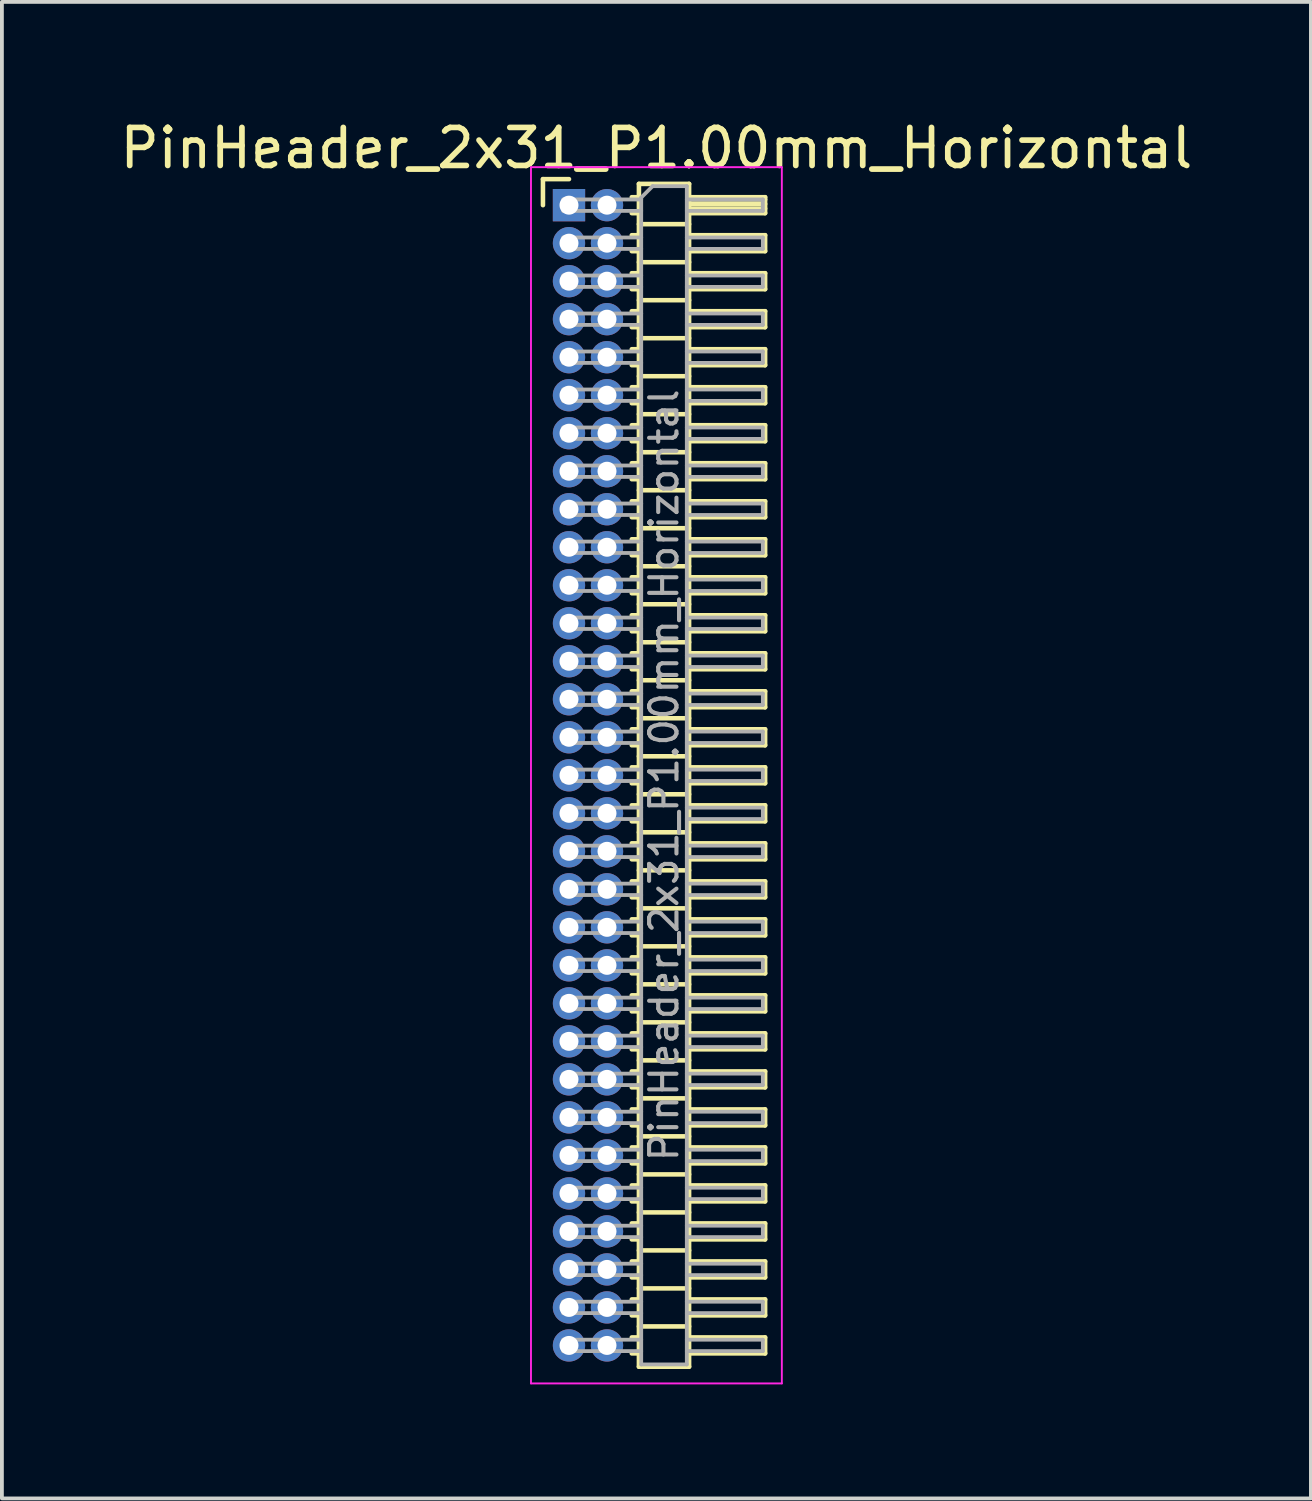
<source format=kicad_pcb>
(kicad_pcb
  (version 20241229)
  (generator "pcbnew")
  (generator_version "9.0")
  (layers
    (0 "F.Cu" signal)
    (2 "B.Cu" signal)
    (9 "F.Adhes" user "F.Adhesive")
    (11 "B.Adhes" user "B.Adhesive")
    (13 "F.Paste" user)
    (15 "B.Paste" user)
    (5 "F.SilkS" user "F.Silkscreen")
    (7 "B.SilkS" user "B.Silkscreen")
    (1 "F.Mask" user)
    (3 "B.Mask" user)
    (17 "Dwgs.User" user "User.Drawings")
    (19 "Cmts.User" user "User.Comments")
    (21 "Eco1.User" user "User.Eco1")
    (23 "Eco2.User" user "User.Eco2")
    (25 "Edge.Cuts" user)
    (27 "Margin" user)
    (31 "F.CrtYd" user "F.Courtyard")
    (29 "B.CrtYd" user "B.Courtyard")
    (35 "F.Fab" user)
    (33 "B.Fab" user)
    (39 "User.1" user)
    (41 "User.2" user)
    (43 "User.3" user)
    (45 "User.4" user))
  (footprint "PinHeader_2x31_P1.00mm_Horizontal"
    (layer "F.Cu")
    (at 11.92 2.348)
    (property "Reference" "PinHeader_2x31_P1.00mm_Horizontal" (at 2.3 -1.5 0) (layer "F.SilkS") (effects (font (size 1 1) (thickness 0.15))))
    (attr through_hole)
    (fp_line (start -0.685 -0.685) (end 0 -0.685) (stroke (width 0.12) (type solid)) (layer "F.SilkS"))
    (fp_line (start -0.685 0) (end -0.685 -0.685) (stroke (width 0.12) (type solid)) (layer "F.SilkS"))
    (fp_line (start 1.652 -0.21) (end 1.84 -0.21) (stroke (width 0.12) (type solid)) (layer "F.SilkS"))
    (fp_line (start 1.652 0.21) (end 1.84 0.21) (stroke (width 0.12) (type solid)) (layer "F.SilkS"))
    (fp_line (start 1.652 0.79) (end 1.84 0.79) (stroke (width 0.12) (type solid)) (layer "F.SilkS"))
    (fp_line (start 1.652 1.21) (end 1.84 1.21) (stroke (width 0.12) (type solid)) (layer "F.SilkS"))
    (fp_line (start 1.652 1.79) (end 1.84 1.79) (stroke (width 0.12) (type solid)) (layer "F.SilkS"))
    (fp_line (start 1.652 2.21) (end 1.84 2.21) (stroke (width 0.12) (type solid)) (layer "F.SilkS"))
    (fp_line (start 1.652 2.79) (end 1.84 2.79) (stroke (width 0.12) (type solid)) (layer "F.SilkS"))
    (fp_line (start 1.652 3.21) (end 1.84 3.21) (stroke (width 0.12) (type solid)) (layer "F.SilkS"))
    (fp_line (start 1.652 3.79) (end 1.84 3.79) (stroke (width 0.12) (type solid)) (layer "F.SilkS"))
    (fp_line (start 1.652 4.21) (end 1.84 4.21) (stroke (width 0.12) (type solid)) (layer "F.SilkS"))
    (fp_line (start 1.652 4.79) (end 1.84 4.79) (stroke (width 0.12) (type solid)) (layer "F.SilkS"))
    (fp_line (start 1.652 5.21) (end 1.84 5.21) (stroke (width 0.12) (type solid)) (layer "F.SilkS"))
    (fp_line (start 1.652 5.79) (end 1.84 5.79) (stroke (width 0.12) (type solid)) (layer "F.SilkS"))
    (fp_line (start 1.652 6.21) (end 1.84 6.21) (stroke (width 0.12) (type solid)) (layer "F.SilkS"))
    (fp_line (start 1.652 6.79) (end 1.84 6.79) (stroke (width 0.12) (type solid)) (layer "F.SilkS"))
    (fp_line (start 1.652 7.21) (end 1.84 7.21) (stroke (width 0.12) (type solid)) (layer "F.SilkS"))
    (fp_line (start 1.652 7.79) (end 1.84 7.79) (stroke (width 0.12) (type solid)) (layer "F.SilkS"))
    (fp_line (start 1.652 8.21) (end 1.84 8.21) (stroke (width 0.12) (type solid)) (layer "F.SilkS"))
    (fp_line (start 1.652 8.79) (end 1.84 8.79) (stroke (width 0.12) (type solid)) (layer "F.SilkS"))
    (fp_line (start 1.652 9.21) (end 1.84 9.21) (stroke (width 0.12) (type solid)) (layer "F.SilkS"))
    (fp_line (start 1.652 9.79) (end 1.84 9.79) (stroke (width 0.12) (type solid)) (layer "F.SilkS"))
    (fp_line (start 1.652 10.21) (end 1.84 10.21) (stroke (width 0.12) (type solid)) (layer "F.SilkS"))
    (fp_line (start 1.652 10.79) (end 1.84 10.79) (stroke (width 0.12) (type solid)) (layer "F.SilkS"))
    (fp_line (start 1.652 11.21) (end 1.84 11.21) (stroke (width 0.12) (type solid)) (layer "F.SilkS"))
    (fp_line (start 1.652 11.79) (end 1.84 11.79) (stroke (width 0.12) (type solid)) (layer "F.SilkS"))
    (fp_line (start 1.652 12.21) (end 1.84 12.21) (stroke (width 0.12) (type solid)) (layer "F.SilkS"))
    (fp_line (start 1.652 12.79) (end 1.84 12.79) (stroke (width 0.12) (type solid)) (layer "F.SilkS"))
    (fp_line (start 1.652 13.21) (end 1.84 13.21) (stroke (width 0.12) (type solid)) (layer "F.SilkS"))
    (fp_line (start 1.652 13.79) (end 1.84 13.79) (stroke (width 0.12) (type solid)) (layer "F.SilkS"))
    (fp_line (start 1.652 14.21) (end 1.84 14.21) (stroke (width 0.12) (type solid)) (layer "F.SilkS"))
    (fp_line (start 1.652 14.79) (end 1.84 14.79) (stroke (width 0.12) (type solid)) (layer "F.SilkS"))
    (fp_line (start 1.652 15.21) (end 1.84 15.21) (stroke (width 0.12) (type solid)) (layer "F.SilkS"))
    (fp_line (start 1.652 15.79) (end 1.84 15.79) (stroke (width 0.12) (type solid)) (layer "F.SilkS"))
    (fp_line (start 1.652 16.21) (end 1.84 16.21) (stroke (width 0.12) (type solid)) (layer "F.SilkS"))
    (fp_line (start 1.652 16.79) (end 1.84 16.79) (stroke (width 0.12) (type solid)) (layer "F.SilkS"))
    (fp_line (start 1.652 17.21) (end 1.84 17.21) (stroke (width 0.12) (type solid)) (layer "F.SilkS"))
    (fp_line (start 1.652 17.79) (end 1.84 17.79) (stroke (width 0.12) (type solid)) (layer "F.SilkS"))
    (fp_line (start 1.652 18.21) (end 1.84 18.21) (stroke (width 0.12) (type solid)) (layer "F.SilkS"))
    (fp_line (start 1.652 18.79) (end 1.84 18.79) (stroke (width 0.12) (type solid)) (layer "F.SilkS"))
    (fp_line (start 1.652 19.21) (end 1.84 19.21) (stroke (width 0.12) (type solid)) (layer "F.SilkS"))
    (fp_line (start 1.652 19.79) (end 1.84 19.79) (stroke (width 0.12) (type solid)) (layer "F.SilkS"))
    (fp_line (start 1.652 20.21) (end 1.84 20.21) (stroke (width 0.12) (type solid)) (layer "F.SilkS"))
    (fp_line (start 1.652 20.79) (end 1.84 20.79) (stroke (width 0.12) (type solid)) (layer "F.SilkS"))
    (fp_line (start 1.652 21.21) (end 1.84 21.21) (stroke (width 0.12) (type solid)) (layer "F.SilkS"))
    (fp_line (start 1.652 21.79) (end 1.84 21.79) (stroke (width 0.12) (type solid)) (layer "F.SilkS"))
    (fp_line (start 1.652 22.21) (end 1.84 22.21) (stroke (width 0.12) (type solid)) (layer "F.SilkS"))
    (fp_line (start 1.652 22.79) (end 1.84 22.79) (stroke (width 0.12) (type solid)) (layer "F.SilkS"))
    (fp_line (start 1.652 23.21) (end 1.84 23.21) (stroke (width 0.12) (type solid)) (layer "F.SilkS"))
    (fp_line (start 1.652 23.79) (end 1.84 23.79) (stroke (width 0.12) (type solid)) (layer "F.SilkS"))
    (fp_line (start 1.652 24.21) (end 1.84 24.21) (stroke (width 0.12) (type solid)) (layer "F.SilkS"))
    (fp_line (start 1.652 24.79) (end 1.84 24.79) (stroke (width 0.12) (type solid)) (layer "F.SilkS"))
    (fp_line (start 1.652 25.21) (end 1.84 25.21) (stroke (width 0.12) (type solid)) (layer "F.SilkS"))
    (fp_line (start 1.652 25.79) (end 1.84 25.79) (stroke (width 0.12) (type solid)) (layer "F.SilkS"))
    (fp_line (start 1.652 26.21) (end 1.84 26.21) (stroke (width 0.12) (type solid)) (layer "F.SilkS"))
    (fp_line (start 1.652 26.79) (end 1.84 26.79) (stroke (width 0.12) (type solid)) (layer "F.SilkS"))
    (fp_line (start 1.652 27.21) (end 1.84 27.21) (stroke (width 0.12) (type solid)) (layer "F.SilkS"))
    (fp_line (start 1.652 27.79) (end 1.84 27.79) (stroke (width 0.12) (type solid)) (layer "F.SilkS"))
    (fp_line (start 1.652 28.21) (end 1.84 28.21) (stroke (width 0.12) (type solid)) (layer "F.SilkS"))
    (fp_line (start 1.652 28.79) (end 1.84 28.79) (stroke (width 0.12) (type solid)) (layer "F.SilkS"))
    (fp_line (start 1.652 29.21) (end 1.84 29.21) (stroke (width 0.12) (type solid)) (layer "F.SilkS"))
    (fp_line (start 1.652 29.79) (end 1.84 29.79) (stroke (width 0.12) (type solid)) (layer "F.SilkS"))
    (fp_line (start 1.652 30.21) (end 1.84 30.21) (stroke (width 0.12) (type solid)) (layer "F.SilkS"))
    (fp_line (start 1.84 -0.56) (end 1.84 30.56) (stroke (width 0.12) (type solid)) (layer "F.SilkS"))
    (fp_line (start 1.84 0.5) (end 3.16 0.5) (stroke (width 0.12) (type solid)) (layer "F.SilkS"))
    (fp_line (start 1.84 1.5) (end 3.16 1.5) (stroke (width 0.12) (type solid)) (layer "F.SilkS"))
    (fp_line (start 1.84 2.5) (end 3.16 2.5) (stroke (width 0.12) (type solid)) (layer "F.SilkS"))
    (fp_line (start 1.84 3.5) (end 3.16 3.5) (stroke (width 0.12) (type solid)) (layer "F.SilkS"))
    (fp_line (start 1.84 4.5) (end 3.16 4.5) (stroke (width 0.12) (type solid)) (layer "F.SilkS"))
    (fp_line (start 1.84 5.5) (end 3.16 5.5) (stroke (width 0.12) (type solid)) (layer "F.SilkS"))
    (fp_line (start 1.84 6.5) (end 3.16 6.5) (stroke (width 0.12) (type solid)) (layer "F.SilkS"))
    (fp_line (start 1.84 7.5) (end 3.16 7.5) (stroke (width 0.12) (type solid)) (layer "F.SilkS"))
    (fp_line (start 1.84 8.5) (end 3.16 8.5) (stroke (width 0.12) (type solid)) (layer "F.SilkS"))
    (fp_line (start 1.84 9.5) (end 3.16 9.5) (stroke (width 0.12) (type solid)) (layer "F.SilkS"))
    (fp_line (start 1.84 10.5) (end 3.16 10.5) (stroke (width 0.12) (type solid)) (layer "F.SilkS"))
    (fp_line (start 1.84 11.5) (end 3.16 11.5) (stroke (width 0.12) (type solid)) (layer "F.SilkS"))
    (fp_line (start 1.84 12.5) (end 3.16 12.5) (stroke (width 0.12) (type solid)) (layer "F.SilkS"))
    (fp_line (start 1.84 13.5) (end 3.16 13.5) (stroke (width 0.12) (type solid)) (layer "F.SilkS"))
    (fp_line (start 1.84 14.5) (end 3.16 14.5) (stroke (width 0.12) (type solid)) (layer "F.SilkS"))
    (fp_line (start 1.84 15.5) (end 3.16 15.5) (stroke (width 0.12) (type solid)) (layer "F.SilkS"))
    (fp_line (start 1.84 16.5) (end 3.16 16.5) (stroke (width 0.12) (type solid)) (layer "F.SilkS"))
    (fp_line (start 1.84 17.5) (end 3.16 17.5) (stroke (width 0.12) (type solid)) (layer "F.SilkS"))
    (fp_line (start 1.84 18.5) (end 3.16 18.5) (stroke (width 0.12) (type solid)) (layer "F.SilkS"))
    (fp_line (start 1.84 19.5) (end 3.16 19.5) (stroke (width 0.12) (type solid)) (layer "F.SilkS"))
    (fp_line (start 1.84 20.5) (end 3.16 20.5) (stroke (width 0.12) (type solid)) (layer "F.SilkS"))
    (fp_line (start 1.84 21.5) (end 3.16 21.5) (stroke (width 0.12) (type solid)) (layer "F.SilkS"))
    (fp_line (start 1.84 22.5) (end 3.16 22.5) (stroke (width 0.12) (type solid)) (layer "F.SilkS"))
    (fp_line (start 1.84 23.5) (end 3.16 23.5) (stroke (width 0.12) (type solid)) (layer "F.SilkS"))
    (fp_line (start 1.84 24.5) (end 3.16 24.5) (stroke (width 0.12) (type solid)) (layer "F.SilkS"))
    (fp_line (start 1.84 25.5) (end 3.16 25.5) (stroke (width 0.12) (type solid)) (layer "F.SilkS"))
    (fp_line (start 1.84 26.5) (end 3.16 26.5) (stroke (width 0.12) (type solid)) (layer "F.SilkS"))
    (fp_line (start 1.84 27.5) (end 3.16 27.5) (stroke (width 0.12) (type solid)) (layer "F.SilkS"))
    (fp_line (start 1.84 28.5) (end 3.16 28.5) (stroke (width 0.12) (type solid)) (layer "F.SilkS"))
    (fp_line (start 1.84 29.5) (end 3.16 29.5) (stroke (width 0.12) (type solid)) (layer "F.SilkS"))
    (fp_line (start 1.84 30.56) (end 3.16 30.56) (stroke (width 0.12) (type solid)) (layer "F.SilkS"))
    (fp_line (start 3.16 -0.56) (end 1.84 -0.56) (stroke (width 0.12) (type solid)) (layer "F.SilkS"))
    (fp_line (start 3.16 -0.21) (end 5.16 -0.21) (stroke (width 0.12) (type solid)) (layer "F.SilkS"))
    (fp_line (start 3.16 -0.15) (end 5.16 -0.15) (stroke (width 0.12) (type solid)) (layer "F.SilkS"))
    (fp_line (start 3.16 -0.03) (end 5.16 -0.03) (stroke (width 0.12) (type solid)) (layer "F.SilkS"))
    (fp_line (start 3.16 0.09) (end 5.16 0.09) (stroke (width 0.12) (type solid)) (layer "F.SilkS"))
    (fp_line (start 3.16 0.79) (end 5.16 0.79) (stroke (width 0.12) (type solid)) (layer "F.SilkS"))
    (fp_line (start 3.16 1.79) (end 5.16 1.79) (stroke (width 0.12) (type solid)) (layer "F.SilkS"))
    (fp_line (start 3.16 2.79) (end 5.16 2.79) (stroke (width 0.12) (type solid)) (layer "F.SilkS"))
    (fp_line (start 3.16 3.79) (end 5.16 3.79) (stroke (width 0.12) (type solid)) (layer "F.SilkS"))
    (fp_line (start 3.16 4.79) (end 5.16 4.79) (stroke (width 0.12) (type solid)) (layer "F.SilkS"))
    (fp_line (start 3.16 5.79) (end 5.16 5.79) (stroke (width 0.12) (type solid)) (layer "F.SilkS"))
    (fp_line (start 3.16 6.79) (end 5.16 6.79) (stroke (width 0.12) (type solid)) (layer "F.SilkS"))
    (fp_line (start 3.16 7.79) (end 5.16 7.79) (stroke (width 0.12) (type solid)) (layer "F.SilkS"))
    (fp_line (start 3.16 8.79) (end 5.16 8.79) (stroke (width 0.12) (type solid)) (layer "F.SilkS"))
    (fp_line (start 3.16 9.79) (end 5.16 9.79) (stroke (width 0.12) (type solid)) (layer "F.SilkS"))
    (fp_line (start 3.16 10.79) (end 5.16 10.79) (stroke (width 0.12) (type solid)) (layer "F.SilkS"))
    (fp_line (start 3.16 11.79) (end 5.16 11.79) (stroke (width 0.12) (type solid)) (layer "F.SilkS"))
    (fp_line (start 3.16 12.79) (end 5.16 12.79) (stroke (width 0.12) (type solid)) (layer "F.SilkS"))
    (fp_line (start 3.16 13.79) (end 5.16 13.79) (stroke (width 0.12) (type solid)) (layer "F.SilkS"))
    (fp_line (start 3.16 14.79) (end 5.16 14.79) (stroke (width 0.12) (type solid)) (layer "F.SilkS"))
    (fp_line (start 3.16 15.79) (end 5.16 15.79) (stroke (width 0.12) (type solid)) (layer "F.SilkS"))
    (fp_line (start 3.16 16.79) (end 5.16 16.79) (stroke (width 0.12) (type solid)) (layer "F.SilkS"))
    (fp_line (start 3.16 17.79) (end 5.16 17.79) (stroke (width 0.12) (type solid)) (layer "F.SilkS"))
    (fp_line (start 3.16 18.79) (end 5.16 18.79) (stroke (width 0.12) (type solid)) (layer "F.SilkS"))
    (fp_line (start 3.16 19.79) (end 5.16 19.79) (stroke (width 0.12) (type solid)) (layer "F.SilkS"))
    (fp_line (start 3.16 20.79) (end 5.16 20.79) (stroke (width 0.12) (type solid)) (layer "F.SilkS"))
    (fp_line (start 3.16 21.79) (end 5.16 21.79) (stroke (width 0.12) (type solid)) (layer "F.SilkS"))
    (fp_line (start 3.16 22.79) (end 5.16 22.79) (stroke (width 0.12) (type solid)) (layer "F.SilkS"))
    (fp_line (start 3.16 23.79) (end 5.16 23.79) (stroke (width 0.12) (type solid)) (layer "F.SilkS"))
    (fp_line (start 3.16 24.79) (end 5.16 24.79) (stroke (width 0.12) (type solid)) (layer "F.SilkS"))
    (fp_line (start 3.16 25.79) (end 5.16 25.79) (stroke (width 0.12) (type solid)) (layer "F.SilkS"))
    (fp_line (start 3.16 26.79) (end 5.16 26.79) (stroke (width 0.12) (type solid)) (layer "F.SilkS"))
    (fp_line (start 3.16 27.79) (end 5.16 27.79) (stroke (width 0.12) (type solid)) (layer "F.SilkS"))
    (fp_line (start 3.16 28.79) (end 5.16 28.79) (stroke (width 0.12) (type solid)) (layer "F.SilkS"))
    (fp_line (start 3.16 29.79) (end 5.16 29.79) (stroke (width 0.12) (type solid)) (layer "F.SilkS"))
    (fp_line (start 3.16 30.56) (end 3.16 -0.56) (stroke (width 0.12) (type solid)) (layer "F.SilkS"))
    (fp_line (start 5.16 -0.21) (end 5.16 0.21) (stroke (width 0.12) (type solid)) (layer "F.SilkS"))
    (fp_line (start 5.16 0.21) (end 3.16 0.21) (stroke (width 0.12) (type solid)) (layer "F.SilkS"))
    (fp_line (start 5.16 0.79) (end 5.16 1.21) (stroke (width 0.12) (type solid)) (layer "F.SilkS"))
    (fp_line (start 5.16 1.21) (end 3.16 1.21) (stroke (width 0.12) (type solid)) (layer "F.SilkS"))
    (fp_line (start 5.16 1.79) (end 5.16 2.21) (stroke (width 0.12) (type solid)) (layer "F.SilkS"))
    (fp_line (start 5.16 2.21) (end 3.16 2.21) (stroke (width 0.12) (type solid)) (layer "F.SilkS"))
    (fp_line (start 5.16 2.79) (end 5.16 3.21) (stroke (width 0.12) (type solid)) (layer "F.SilkS"))
    (fp_line (start 5.16 3.21) (end 3.16 3.21) (stroke (width 0.12) (type solid)) (layer "F.SilkS"))
    (fp_line (start 5.16 3.79) (end 5.16 4.21) (stroke (width 0.12) (type solid)) (layer "F.SilkS"))
    (fp_line (start 5.16 4.21) (end 3.16 4.21) (stroke (width 0.12) (type solid)) (layer "F.SilkS"))
    (fp_line (start 5.16 4.79) (end 5.16 5.21) (stroke (width 0.12) (type solid)) (layer "F.SilkS"))
    (fp_line (start 5.16 5.21) (end 3.16 5.21) (stroke (width 0.12) (type solid)) (layer "F.SilkS"))
    (fp_line (start 5.16 5.79) (end 5.16 6.21) (stroke (width 0.12) (type solid)) (layer "F.SilkS"))
    (fp_line (start 5.16 6.21) (end 3.16 6.21) (stroke (width 0.12) (type solid)) (layer "F.SilkS"))
    (fp_line (start 5.16 6.79) (end 5.16 7.21) (stroke (width 0.12) (type solid)) (layer "F.SilkS"))
    (fp_line (start 5.16 7.21) (end 3.16 7.21) (stroke (width 0.12) (type solid)) (layer "F.SilkS"))
    (fp_line (start 5.16 7.79) (end 5.16 8.21) (stroke (width 0.12) (type solid)) (layer "F.SilkS"))
    (fp_line (start 5.16 8.21) (end 3.16 8.21) (stroke (width 0.12) (type solid)) (layer "F.SilkS"))
    (fp_line (start 5.16 8.79) (end 5.16 9.21) (stroke (width 0.12) (type solid)) (layer "F.SilkS"))
    (fp_line (start 5.16 9.21) (end 3.16 9.21) (stroke (width 0.12) (type solid)) (layer "F.SilkS"))
    (fp_line (start 5.16 9.79) (end 5.16 10.21) (stroke (width 0.12) (type solid)) (layer "F.SilkS"))
    (fp_line (start 5.16 10.21) (end 3.16 10.21) (stroke (width 0.12) (type solid)) (layer "F.SilkS"))
    (fp_line (start 5.16 10.79) (end 5.16 11.21) (stroke (width 0.12) (type solid)) (layer "F.SilkS"))
    (fp_line (start 5.16 11.21) (end 3.16 11.21) (stroke (width 0.12) (type solid)) (layer "F.SilkS"))
    (fp_line (start 5.16 11.79) (end 5.16 12.21) (stroke (width 0.12) (type solid)) (layer "F.SilkS"))
    (fp_line (start 5.16 12.21) (end 3.16 12.21) (stroke (width 0.12) (type solid)) (layer "F.SilkS"))
    (fp_line (start 5.16 12.79) (end 5.16 13.21) (stroke (width 0.12) (type solid)) (layer "F.SilkS"))
    (fp_line (start 5.16 13.21) (end 3.16 13.21) (stroke (width 0.12) (type solid)) (layer "F.SilkS"))
    (fp_line (start 5.16 13.79) (end 5.16 14.21) (stroke (width 0.12) (type solid)) (layer "F.SilkS"))
    (fp_line (start 5.16 14.21) (end 3.16 14.21) (stroke (width 0.12) (type solid)) (layer "F.SilkS"))
    (fp_line (start 5.16 14.79) (end 5.16 15.21) (stroke (width 0.12) (type solid)) (layer "F.SilkS"))
    (fp_line (start 5.16 15.21) (end 3.16 15.21) (stroke (width 0.12) (type solid)) (layer "F.SilkS"))
    (fp_line (start 5.16 15.79) (end 5.16 16.21) (stroke (width 0.12) (type solid)) (layer "F.SilkS"))
    (fp_line (start 5.16 16.21) (end 3.16 16.21) (stroke (width 0.12) (type solid)) (layer "F.SilkS"))
    (fp_line (start 5.16 16.79) (end 5.16 17.21) (stroke (width 0.12) (type solid)) (layer "F.SilkS"))
    (fp_line (start 5.16 17.21) (end 3.16 17.21) (stroke (width 0.12) (type solid)) (layer "F.SilkS"))
    (fp_line (start 5.16 17.79) (end 5.16 18.21) (stroke (width 0.12) (type solid)) (layer "F.SilkS"))
    (fp_line (start 5.16 18.21) (end 3.16 18.21) (stroke (width 0.12) (type solid)) (layer "F.SilkS"))
    (fp_line (start 5.16 18.79) (end 5.16 19.21) (stroke (width 0.12) (type solid)) (layer "F.SilkS"))
    (fp_line (start 5.16 19.21) (end 3.16 19.21) (stroke (width 0.12) (type solid)) (layer "F.SilkS"))
    (fp_line (start 5.16 19.79) (end 5.16 20.21) (stroke (width 0.12) (type solid)) (layer "F.SilkS"))
    (fp_line (start 5.16 20.21) (end 3.16 20.21) (stroke (width 0.12) (type solid)) (layer "F.SilkS"))
    (fp_line (start 5.16 20.79) (end 5.16 21.21) (stroke (width 0.12) (type solid)) (layer "F.SilkS"))
    (fp_line (start 5.16 21.21) (end 3.16 21.21) (stroke (width 0.12) (type solid)) (layer "F.SilkS"))
    (fp_line (start 5.16 21.79) (end 5.16 22.21) (stroke (width 0.12) (type solid)) (layer "F.SilkS"))
    (fp_line (start 5.16 22.21) (end 3.16 22.21) (stroke (width 0.12) (type solid)) (layer "F.SilkS"))
    (fp_line (start 5.16 22.79) (end 5.16 23.21) (stroke (width 0.12) (type solid)) (layer "F.SilkS"))
    (fp_line (start 5.16 23.21) (end 3.16 23.21) (stroke (width 0.12) (type solid)) (layer "F.SilkS"))
    (fp_line (start 5.16 23.79) (end 5.16 24.21) (stroke (width 0.12) (type solid)) (layer "F.SilkS"))
    (fp_line (start 5.16 24.21) (end 3.16 24.21) (stroke (width 0.12) (type solid)) (layer "F.SilkS"))
    (fp_line (start 5.16 24.79) (end 5.16 25.21) (stroke (width 0.12) (type solid)) (layer "F.SilkS"))
    (fp_line (start 5.16 25.21) (end 3.16 25.21) (stroke (width 0.12) (type solid)) (layer "F.SilkS"))
    (fp_line (start 5.16 25.79) (end 5.16 26.21) (stroke (width 0.12) (type solid)) (layer "F.SilkS"))
    (fp_line (start 5.16 26.21) (end 3.16 26.21) (stroke (width 0.12) (type solid)) (layer "F.SilkS"))
    (fp_line (start 5.16 26.79) (end 5.16 27.21) (stroke (width 0.12) (type solid)) (layer "F.SilkS"))
    (fp_line (start 5.16 27.21) (end 3.16 27.21) (stroke (width 0.12) (type solid)) (layer "F.SilkS"))
    (fp_line (start 5.16 27.79) (end 5.16 28.21) (stroke (width 0.12) (type solid)) (layer "F.SilkS"))
    (fp_line (start 5.16 28.21) (end 3.16 28.21) (stroke (width 0.12) (type solid)) (layer "F.SilkS"))
    (fp_line (start 5.16 28.79) (end 5.16 29.21) (stroke (width 0.12) (type solid)) (layer "F.SilkS"))
    (fp_line (start 5.16 29.21) (end 3.16 29.21) (stroke (width 0.12) (type solid)) (layer "F.SilkS"))
    (fp_line (start 5.16 29.79) (end 5.16 30.21) (stroke (width 0.12) (type solid)) (layer "F.SilkS"))
    (fp_line (start 5.16 30.21) (end 3.16 30.21) (stroke (width 0.12) (type solid)) (layer "F.SilkS"))
    (fp_line (start -1 -1) (end -1 31) (stroke (width 0.05) (type solid)) (layer "F.CrtYd"))
    (fp_line (start -1 31) (end 5.6 31) (stroke (width 0.05) (type solid)) (layer "F.CrtYd"))
    (fp_line (start 5.6 -1) (end -1 -1) (stroke (width 0.05) (type solid)) (layer "F.CrtYd"))
    (fp_line (start 5.6 31) (end 5.6 -1) (stroke (width 0.05) (type solid)) (layer "F.CrtYd"))
    (fp_line (start -0.15 -0.15) (end -0.15 0.15) (stroke (width 0.1) (type solid)) (layer "F.Fab"))
    (fp_line (start -0.15 -0.15) (end 1.9 -0.15) (stroke (width 0.1) (type solid)) (layer "F.Fab"))
    (fp_line (start -0.15 0.15) (end 1.9 0.15) (stroke (width 0.1) (type solid)) (layer "F.Fab"))
    (fp_line (start -0.15 0.85) (end -0.15 1.15) (stroke (width 0.1) (type solid)) (layer "F.Fab"))
    (fp_line (start -0.15 0.85) (end 1.9 0.85) (stroke (width 0.1) (type solid)) (layer "F.Fab"))
    (fp_line (start -0.15 1.15) (end 1.9 1.15) (stroke (width 0.1) (type solid)) (layer "F.Fab"))
    (fp_line (start -0.15 1.85) (end -0.15 2.15) (stroke (width 0.1) (type solid)) (layer "F.Fab"))
    (fp_line (start -0.15 1.85) (end 1.9 1.85) (stroke (width 0.1) (type solid)) (layer "F.Fab"))
    (fp_line (start -0.15 2.15) (end 1.9 2.15) (stroke (width 0.1) (type solid)) (layer "F.Fab"))
    (fp_line (start -0.15 2.85) (end -0.15 3.15) (stroke (width 0.1) (type solid)) (layer "F.Fab"))
    (fp_line (start -0.15 2.85) (end 1.9 2.85) (stroke (width 0.1) (type solid)) (layer "F.Fab"))
    (fp_line (start -0.15 3.15) (end 1.9 3.15) (stroke (width 0.1) (type solid)) (layer "F.Fab"))
    (fp_line (start -0.15 3.85) (end -0.15 4.15) (stroke (width 0.1) (type solid)) (layer "F.Fab"))
    (fp_line (start -0.15 3.85) (end 1.9 3.85) (stroke (width 0.1) (type solid)) (layer "F.Fab"))
    (fp_line (start -0.15 4.15) (end 1.9 4.15) (stroke (width 0.1) (type solid)) (layer "F.Fab"))
    (fp_line (start -0.15 4.85) (end -0.15 5.15) (stroke (width 0.1) (type solid)) (layer "F.Fab"))
    (fp_line (start -0.15 4.85) (end 1.9 4.85) (stroke (width 0.1) (type solid)) (layer "F.Fab"))
    (fp_line (start -0.15 5.15) (end 1.9 5.15) (stroke (width 0.1) (type solid)) (layer "F.Fab"))
    (fp_line (start -0.15 5.85) (end -0.15 6.15) (stroke (width 0.1) (type solid)) (layer "F.Fab"))
    (fp_line (start -0.15 5.85) (end 1.9 5.85) (stroke (width 0.1) (type solid)) (layer "F.Fab"))
    (fp_line (start -0.15 6.15) (end 1.9 6.15) (stroke (width 0.1) (type solid)) (layer "F.Fab"))
    (fp_line (start -0.15 6.85) (end -0.15 7.15) (stroke (width 0.1) (type solid)) (layer "F.Fab"))
    (fp_line (start -0.15 6.85) (end 1.9 6.85) (stroke (width 0.1) (type solid)) (layer "F.Fab"))
    (fp_line (start -0.15 7.15) (end 1.9 7.15) (stroke (width 0.1) (type solid)) (layer "F.Fab"))
    (fp_line (start -0.15 7.85) (end -0.15 8.15) (stroke (width 0.1) (type solid)) (layer "F.Fab"))
    (fp_line (start -0.15 7.85) (end 1.9 7.85) (stroke (width 0.1) (type solid)) (layer "F.Fab"))
    (fp_line (start -0.15 8.15) (end 1.9 8.15) (stroke (width 0.1) (type solid)) (layer "F.Fab"))
    (fp_line (start -0.15 8.85) (end -0.15 9.15) (stroke (width 0.1) (type solid)) (layer "F.Fab"))
    (fp_line (start -0.15 8.85) (end 1.9 8.85) (stroke (width 0.1) (type solid)) (layer "F.Fab"))
    (fp_line (start -0.15 9.15) (end 1.9 9.15) (stroke (width 0.1) (type solid)) (layer "F.Fab"))
    (fp_line (start -0.15 9.85) (end -0.15 10.15) (stroke (width 0.1) (type solid)) (layer "F.Fab"))
    (fp_line (start -0.15 9.85) (end 1.9 9.85) (stroke (width 0.1) (type solid)) (layer "F.Fab"))
    (fp_line (start -0.15 10.15) (end 1.9 10.15) (stroke (width 0.1) (type solid)) (layer "F.Fab"))
    (fp_line (start -0.15 10.85) (end -0.15 11.15) (stroke (width 0.1) (type solid)) (layer "F.Fab"))
    (fp_line (start -0.15 10.85) (end 1.9 10.85) (stroke (width 0.1) (type solid)) (layer "F.Fab"))
    (fp_line (start -0.15 11.15) (end 1.9 11.15) (stroke (width 0.1) (type solid)) (layer "F.Fab"))
    (fp_line (start -0.15 11.85) (end -0.15 12.15) (stroke (width 0.1) (type solid)) (layer "F.Fab"))
    (fp_line (start -0.15 11.85) (end 1.9 11.85) (stroke (width 0.1) (type solid)) (layer "F.Fab"))
    (fp_line (start -0.15 12.15) (end 1.9 12.15) (stroke (width 0.1) (type solid)) (layer "F.Fab"))
    (fp_line (start -0.15 12.85) (end -0.15 13.15) (stroke (width 0.1) (type solid)) (layer "F.Fab"))
    (fp_line (start -0.15 12.85) (end 1.9 12.85) (stroke (width 0.1) (type solid)) (layer "F.Fab"))
    (fp_line (start -0.15 13.15) (end 1.9 13.15) (stroke (width 0.1) (type solid)) (layer "F.Fab"))
    (fp_line (start -0.15 13.85) (end -0.15 14.15) (stroke (width 0.1) (type solid)) (layer "F.Fab"))
    (fp_line (start -0.15 13.85) (end 1.9 13.85) (stroke (width 0.1) (type solid)) (layer "F.Fab"))
    (fp_line (start -0.15 14.15) (end 1.9 14.15) (stroke (width 0.1) (type solid)) (layer "F.Fab"))
    (fp_line (start -0.15 14.85) (end -0.15 15.15) (stroke (width 0.1) (type solid)) (layer "F.Fab"))
    (fp_line (start -0.15 14.85) (end 1.9 14.85) (stroke (width 0.1) (type solid)) (layer "F.Fab"))
    (fp_line (start -0.15 15.15) (end 1.9 15.15) (stroke (width 0.1) (type solid)) (layer "F.Fab"))
    (fp_line (start -0.15 15.85) (end -0.15 16.15) (stroke (width 0.1) (type solid)) (layer "F.Fab"))
    (fp_line (start -0.15 15.85) (end 1.9 15.85) (stroke (width 0.1) (type solid)) (layer "F.Fab"))
    (fp_line (start -0.15 16.15) (end 1.9 16.15) (stroke (width 0.1) (type solid)) (layer "F.Fab"))
    (fp_line (start -0.15 16.85) (end -0.15 17.15) (stroke (width 0.1) (type solid)) (layer "F.Fab"))
    (fp_line (start -0.15 16.85) (end 1.9 16.85) (stroke (width 0.1) (type solid)) (layer "F.Fab"))
    (fp_line (start -0.15 17.15) (end 1.9 17.15) (stroke (width 0.1) (type solid)) (layer "F.Fab"))
    (fp_line (start -0.15 17.85) (end -0.15 18.15) (stroke (width 0.1) (type solid)) (layer "F.Fab"))
    (fp_line (start -0.15 17.85) (end 1.9 17.85) (stroke (width 0.1) (type solid)) (layer "F.Fab"))
    (fp_line (start -0.15 18.15) (end 1.9 18.15) (stroke (width 0.1) (type solid)) (layer "F.Fab"))
    (fp_line (start -0.15 18.85) (end -0.15 19.15) (stroke (width 0.1) (type solid)) (layer "F.Fab"))
    (fp_line (start -0.15 18.85) (end 1.9 18.85) (stroke (width 0.1) (type solid)) (layer "F.Fab"))
    (fp_line (start -0.15 19.15) (end 1.9 19.15) (stroke (width 0.1) (type solid)) (layer "F.Fab"))
    (fp_line (start -0.15 19.85) (end -0.15 20.15) (stroke (width 0.1) (type solid)) (layer "F.Fab"))
    (fp_line (start -0.15 19.85) (end 1.9 19.85) (stroke (width 0.1) (type solid)) (layer "F.Fab"))
    (fp_line (start -0.15 20.15) (end 1.9 20.15) (stroke (width 0.1) (type solid)) (layer "F.Fab"))
    (fp_line (start -0.15 20.85) (end -0.15 21.15) (stroke (width 0.1) (type solid)) (layer "F.Fab"))
    (fp_line (start -0.15 20.85) (end 1.9 20.85) (stroke (width 0.1) (type solid)) (layer "F.Fab"))
    (fp_line (start -0.15 21.15) (end 1.9 21.15) (stroke (width 0.1) (type solid)) (layer "F.Fab"))
    (fp_line (start -0.15 21.85) (end -0.15 22.15) (stroke (width 0.1) (type solid)) (layer "F.Fab"))
    (fp_line (start -0.15 21.85) (end 1.9 21.85) (stroke (width 0.1) (type solid)) (layer "F.Fab"))
    (fp_line (start -0.15 22.15) (end 1.9 22.15) (stroke (width 0.1) (type solid)) (layer "F.Fab"))
    (fp_line (start -0.15 22.85) (end -0.15 23.15) (stroke (width 0.1) (type solid)) (layer "F.Fab"))
    (fp_line (start -0.15 22.85) (end 1.9 22.85) (stroke (width 0.1) (type solid)) (layer "F.Fab"))
    (fp_line (start -0.15 23.15) (end 1.9 23.15) (stroke (width 0.1) (type solid)) (layer "F.Fab"))
    (fp_line (start -0.15 23.85) (end -0.15 24.15) (stroke (width 0.1) (type solid)) (layer "F.Fab"))
    (fp_line (start -0.15 23.85) (end 1.9 23.85) (stroke (width 0.1) (type solid)) (layer "F.Fab"))
    (fp_line (start -0.15 24.15) (end 1.9 24.15) (stroke (width 0.1) (type solid)) (layer "F.Fab"))
    (fp_line (start -0.15 24.85) (end -0.15 25.15) (stroke (width 0.1) (type solid)) (layer "F.Fab"))
    (fp_line (start -0.15 24.85) (end 1.9 24.85) (stroke (width 0.1) (type solid)) (layer "F.Fab"))
    (fp_line (start -0.15 25.15) (end 1.9 25.15) (stroke (width 0.1) (type solid)) (layer "F.Fab"))
    (fp_line (start -0.15 25.85) (end -0.15 26.15) (stroke (width 0.1) (type solid)) (layer "F.Fab"))
    (fp_line (start -0.15 25.85) (end 1.9 25.85) (stroke (width 0.1) (type solid)) (layer "F.Fab"))
    (fp_line (start -0.15 26.15) (end 1.9 26.15) (stroke (width 0.1) (type solid)) (layer "F.Fab"))
    (fp_line (start -0.15 26.85) (end -0.15 27.15) (stroke (width 0.1) (type solid)) (layer "F.Fab"))
    (fp_line (start -0.15 26.85) (end 1.9 26.85) (stroke (width 0.1) (type solid)) (layer "F.Fab"))
    (fp_line (start -0.15 27.15) (end 1.9 27.15) (stroke (width 0.1) (type solid)) (layer "F.Fab"))
    (fp_line (start -0.15 27.85) (end -0.15 28.15) (stroke (width 0.1) (type solid)) (layer "F.Fab"))
    (fp_line (start -0.15 27.85) (end 1.9 27.85) (stroke (width 0.1) (type solid)) (layer "F.Fab"))
    (fp_line (start -0.15 28.15) (end 1.9 28.15) (stroke (width 0.1) (type solid)) (layer "F.Fab"))
    (fp_line (start -0.15 28.85) (end -0.15 29.15) (stroke (width 0.1) (type solid)) (layer "F.Fab"))
    (fp_line (start -0.15 28.85) (end 1.9 28.85) (stroke (width 0.1) (type solid)) (layer "F.Fab"))
    (fp_line (start -0.15 29.15) (end 1.9 29.15) (stroke (width 0.1) (type solid)) (layer "F.Fab"))
    (fp_line (start -0.15 29.85) (end -0.15 30.15) (stroke (width 0.1) (type solid)) (layer "F.Fab"))
    (fp_line (start -0.15 29.85) (end 1.9 29.85) (stroke (width 0.1) (type solid)) (layer "F.Fab"))
    (fp_line (start -0.15 30.15) (end 1.9 30.15) (stroke (width 0.1) (type solid)) (layer "F.Fab"))
    (fp_line (start 1.9 -0.2) (end 2.2 -0.5) (stroke (width 0.1) (type solid)) (layer "F.Fab"))
    (fp_line (start 1.9 30.5) (end 1.9 -0.2) (stroke (width 0.1) (type solid)) (layer "F.Fab"))
    (fp_line (start 2.2 -0.5) (end 3.1 -0.5) (stroke (width 0.1) (type solid)) (layer "F.Fab"))
    (fp_line (start 3.1 -0.5) (end 3.1 30.5) (stroke (width 0.1) (type solid)) (layer "F.Fab"))
    (fp_line (start 3.1 -0.15) (end 5.1 -0.15) (stroke (width 0.1) (type solid)) (layer "F.Fab"))
    (fp_line (start 3.1 0.15) (end 5.1 0.15) (stroke (width 0.1) (type solid)) (layer "F.Fab"))
    (fp_line (start 3.1 0.85) (end 5.1 0.85) (stroke (width 0.1) (type solid)) (layer "F.Fab"))
    (fp_line (start 3.1 1.15) (end 5.1 1.15) (stroke (width 0.1) (type solid)) (layer "F.Fab"))
    (fp_line (start 3.1 1.85) (end 5.1 1.85) (stroke (width 0.1) (type solid)) (layer "F.Fab"))
    (fp_line (start 3.1 2.15) (end 5.1 2.15) (stroke (width 0.1) (type solid)) (layer "F.Fab"))
    (fp_line (start 3.1 2.85) (end 5.1 2.85) (stroke (width 0.1) (type solid)) (layer "F.Fab"))
    (fp_line (start 3.1 3.15) (end 5.1 3.15) (stroke (width 0.1) (type solid)) (layer "F.Fab"))
    (fp_line (start 3.1 3.85) (end 5.1 3.85) (stroke (width 0.1) (type solid)) (layer "F.Fab"))
    (fp_line (start 3.1 4.15) (end 5.1 4.15) (stroke (width 0.1) (type solid)) (layer "F.Fab"))
    (fp_line (start 3.1 4.85) (end 5.1 4.85) (stroke (width 0.1) (type solid)) (layer "F.Fab"))
    (fp_line (start 3.1 5.15) (end 5.1 5.15) (stroke (width 0.1) (type solid)) (layer "F.Fab"))
    (fp_line (start 3.1 5.85) (end 5.1 5.85) (stroke (width 0.1) (type solid)) (layer "F.Fab"))
    (fp_line (start 3.1 6.15) (end 5.1 6.15) (stroke (width 0.1) (type solid)) (layer "F.Fab"))
    (fp_line (start 3.1 6.85) (end 5.1 6.85) (stroke (width 0.1) (type solid)) (layer "F.Fab"))
    (fp_line (start 3.1 7.15) (end 5.1 7.15) (stroke (width 0.1) (type solid)) (layer "F.Fab"))
    (fp_line (start 3.1 7.85) (end 5.1 7.85) (stroke (width 0.1) (type solid)) (layer "F.Fab"))
    (fp_line (start 3.1 8.15) (end 5.1 8.15) (stroke (width 0.1) (type solid)) (layer "F.Fab"))
    (fp_line (start 3.1 8.85) (end 5.1 8.85) (stroke (width 0.1) (type solid)) (layer "F.Fab"))
    (fp_line (start 3.1 9.15) (end 5.1 9.15) (stroke (width 0.1) (type solid)) (layer "F.Fab"))
    (fp_line (start 3.1 9.85) (end 5.1 9.85) (stroke (width 0.1) (type solid)) (layer "F.Fab"))
    (fp_line (start 3.1 10.15) (end 5.1 10.15) (stroke (width 0.1) (type solid)) (layer "F.Fab"))
    (fp_line (start 3.1 10.85) (end 5.1 10.85) (stroke (width 0.1) (type solid)) (layer "F.Fab"))
    (fp_line (start 3.1 11.15) (end 5.1 11.15) (stroke (width 0.1) (type solid)) (layer "F.Fab"))
    (fp_line (start 3.1 11.85) (end 5.1 11.85) (stroke (width 0.1) (type solid)) (layer "F.Fab"))
    (fp_line (start 3.1 12.15) (end 5.1 12.15) (stroke (width 0.1) (type solid)) (layer "F.Fab"))
    (fp_line (start 3.1 12.85) (end 5.1 12.85) (stroke (width 0.1) (type solid)) (layer "F.Fab"))
    (fp_line (start 3.1 13.15) (end 5.1 13.15) (stroke (width 0.1) (type solid)) (layer "F.Fab"))
    (fp_line (start 3.1 13.85) (end 5.1 13.85) (stroke (width 0.1) (type solid)) (layer "F.Fab"))
    (fp_line (start 3.1 14.15) (end 5.1 14.15) (stroke (width 0.1) (type solid)) (layer "F.Fab"))
    (fp_line (start 3.1 14.85) (end 5.1 14.85) (stroke (width 0.1) (type solid)) (layer "F.Fab"))
    (fp_line (start 3.1 15.15) (end 5.1 15.15) (stroke (width 0.1) (type solid)) (layer "F.Fab"))
    (fp_line (start 3.1 15.85) (end 5.1 15.85) (stroke (width 0.1) (type solid)) (layer "F.Fab"))
    (fp_line (start 3.1 16.15) (end 5.1 16.15) (stroke (width 0.1) (type solid)) (layer "F.Fab"))
    (fp_line (start 3.1 16.85) (end 5.1 16.85) (stroke (width 0.1) (type solid)) (layer "F.Fab"))
    (fp_line (start 3.1 17.15) (end 5.1 17.15) (stroke (width 0.1) (type solid)) (layer "F.Fab"))
    (fp_line (start 3.1 17.85) (end 5.1 17.85) (stroke (width 0.1) (type solid)) (layer "F.Fab"))
    (fp_line (start 3.1 18.15) (end 5.1 18.15) (stroke (width 0.1) (type solid)) (layer "F.Fab"))
    (fp_line (start 3.1 18.85) (end 5.1 18.85) (stroke (width 0.1) (type solid)) (layer "F.Fab"))
    (fp_line (start 3.1 19.15) (end 5.1 19.15) (stroke (width 0.1) (type solid)) (layer "F.Fab"))
    (fp_line (start 3.1 19.85) (end 5.1 19.85) (stroke (width 0.1) (type solid)) (layer "F.Fab"))
    (fp_line (start 3.1 20.15) (end 5.1 20.15) (stroke (width 0.1) (type solid)) (layer "F.Fab"))
    (fp_line (start 3.1 20.85) (end 5.1 20.85) (stroke (width 0.1) (type solid)) (layer "F.Fab"))
    (fp_line (start 3.1 21.15) (end 5.1 21.15) (stroke (width 0.1) (type solid)) (layer "F.Fab"))
    (fp_line (start 3.1 21.85) (end 5.1 21.85) (stroke (width 0.1) (type solid)) (layer "F.Fab"))
    (fp_line (start 3.1 22.15) (end 5.1 22.15) (stroke (width 0.1) (type solid)) (layer "F.Fab"))
    (fp_line (start 3.1 22.85) (end 5.1 22.85) (stroke (width 0.1) (type solid)) (layer "F.Fab"))
    (fp_line (start 3.1 23.15) (end 5.1 23.15) (stroke (width 0.1) (type solid)) (layer "F.Fab"))
    (fp_line (start 3.1 23.85) (end 5.1 23.85) (stroke (width 0.1) (type solid)) (layer "F.Fab"))
    (fp_line (start 3.1 24.15) (end 5.1 24.15) (stroke (width 0.1) (type solid)) (layer "F.Fab"))
    (fp_line (start 3.1 24.85) (end 5.1 24.85) (stroke (width 0.1) (type solid)) (layer "F.Fab"))
    (fp_line (start 3.1 25.15) (end 5.1 25.15) (stroke (width 0.1) (type solid)) (layer "F.Fab"))
    (fp_line (start 3.1 25.85) (end 5.1 25.85) (stroke (width 0.1) (type solid)) (layer "F.Fab"))
    (fp_line (start 3.1 26.15) (end 5.1 26.15) (stroke (width 0.1) (type solid)) (layer "F.Fab"))
    (fp_line (start 3.1 26.85) (end 5.1 26.85) (stroke (width 0.1) (type solid)) (layer "F.Fab"))
    (fp_line (start 3.1 27.15) (end 5.1 27.15) (stroke (width 0.1) (type solid)) (layer "F.Fab"))
    (fp_line (start 3.1 27.85) (end 5.1 27.85) (stroke (width 0.1) (type solid)) (layer "F.Fab"))
    (fp_line (start 3.1 28.15) (end 5.1 28.15) (stroke (width 0.1) (type solid)) (layer "F.Fab"))
    (fp_line (start 3.1 28.85) (end 5.1 28.85) (stroke (width 0.1) (type solid)) (layer "F.Fab"))
    (fp_line (start 3.1 29.15) (end 5.1 29.15) (stroke (width 0.1) (type solid)) (layer "F.Fab"))
    (fp_line (start 3.1 29.85) (end 5.1 29.85) (stroke (width 0.1) (type solid)) (layer "F.Fab"))
    (fp_line (start 3.1 30.15) (end 5.1 30.15) (stroke (width 0.1) (type solid)) (layer "F.Fab"))
    (fp_line (start 3.1 30.5) (end 1.9 30.5) (stroke (width 0.1) (type solid)) (layer "F.Fab"))
    (fp_line (start 5.1 -0.15) (end 5.1 0.15) (stroke (width 0.1) (type solid)) (layer "F.Fab"))
    (fp_line (start 5.1 0.85) (end 5.1 1.15) (stroke (width 0.1) (type solid)) (layer "F.Fab"))
    (fp_line (start 5.1 1.85) (end 5.1 2.15) (stroke (width 0.1) (type solid)) (layer "F.Fab"))
    (fp_line (start 5.1 2.85) (end 5.1 3.15) (stroke (width 0.1) (type solid)) (layer "F.Fab"))
    (fp_line (start 5.1 3.85) (end 5.1 4.15) (stroke (width 0.1) (type solid)) (layer "F.Fab"))
    (fp_line (start 5.1 4.85) (end 5.1 5.15) (stroke (width 0.1) (type solid)) (layer "F.Fab"))
    (fp_line (start 5.1 5.85) (end 5.1 6.15) (stroke (width 0.1) (type solid)) (layer "F.Fab"))
    (fp_line (start 5.1 6.85) (end 5.1 7.15) (stroke (width 0.1) (type solid)) (layer "F.Fab"))
    (fp_line (start 5.1 7.85) (end 5.1 8.15) (stroke (width 0.1) (type solid)) (layer "F.Fab"))
    (fp_line (start 5.1 8.85) (end 5.1 9.15) (stroke (width 0.1) (type solid)) (layer "F.Fab"))
    (fp_line (start 5.1 9.85) (end 5.1 10.15) (stroke (width 0.1) (type solid)) (layer "F.Fab"))
    (fp_line (start 5.1 10.85) (end 5.1 11.15) (stroke (width 0.1) (type solid)) (layer "F.Fab"))
    (fp_line (start 5.1 11.85) (end 5.1 12.15) (stroke (width 0.1) (type solid)) (layer "F.Fab"))
    (fp_line (start 5.1 12.85) (end 5.1 13.15) (stroke (width 0.1) (type solid)) (layer "F.Fab"))
    (fp_line (start 5.1 13.85) (end 5.1 14.15) (stroke (width 0.1) (type solid)) (layer "F.Fab"))
    (fp_line (start 5.1 14.85) (end 5.1 15.15) (stroke (width 0.1) (type solid)) (layer "F.Fab"))
    (fp_line (start 5.1 15.85) (end 5.1 16.15) (stroke (width 0.1) (type solid)) (layer "F.Fab"))
    (fp_line (start 5.1 16.85) (end 5.1 17.15) (stroke (width 0.1) (type solid)) (layer "F.Fab"))
    (fp_line (start 5.1 17.85) (end 5.1 18.15) (stroke (width 0.1) (type solid)) (layer "F.Fab"))
    (fp_line (start 5.1 18.85) (end 5.1 19.15) (stroke (width 0.1) (type solid)) (layer "F.Fab"))
    (fp_line (start 5.1 19.85) (end 5.1 20.15) (stroke (width 0.1) (type solid)) (layer "F.Fab"))
    (fp_line (start 5.1 20.85) (end 5.1 21.15) (stroke (width 0.1) (type solid)) (layer "F.Fab"))
    (fp_line (start 5.1 21.85) (end 5.1 22.15) (stroke (width 0.1) (type solid)) (layer "F.Fab"))
    (fp_line (start 5.1 22.85) (end 5.1 23.15) (stroke (width 0.1) (type solid)) (layer "F.Fab"))
    (fp_line (start 5.1 23.85) (end 5.1 24.15) (stroke (width 0.1) (type solid)) (layer "F.Fab"))
    (fp_line (start 5.1 24.85) (end 5.1 25.15) (stroke (width 0.1) (type solid)) (layer "F.Fab"))
    (fp_line (start 5.1 25.85) (end 5.1 26.15) (stroke (width 0.1) (type solid)) (layer "F.Fab"))
    (fp_line (start 5.1 26.85) (end 5.1 27.15) (stroke (width 0.1) (type solid)) (layer "F.Fab"))
    (fp_line (start 5.1 27.85) (end 5.1 28.15) (stroke (width 0.1) (type solid)) (layer "F.Fab"))
    (fp_line (start 5.1 28.85) (end 5.1 29.15) (stroke (width 0.1) (type solid)) (layer "F.Fab"))
    (fp_line (start 5.1 29.85) (end 5.1 30.15) (stroke (width 0.1) (type solid)) (layer "F.Fab"))
    (fp_text user "${REFERENCE}" (at 2.5 15 90) (layer "F.Fab") (effects (font (size 0.72 0.72) (thickness 0.108))))
    (pad "1" thru_hole rect (at 0 0) (size 0.85 0.85) (drill 0.5) (layers "*.Cu" "*.Mask"))
    (pad "2" thru_hole oval (at 1 0) (size 0.85 0.85) (drill 0.5) (layers "*.Cu" "*.Mask"))
    (pad "3" thru_hole oval (at 0 1) (size 0.85 0.85) (drill 0.5) (layers "*.Cu" "*.Mask"))
    (pad "4" thru_hole oval (at 1 1) (size 0.85 0.85) (drill 0.5) (layers "*.Cu" "*.Mask"))
    (pad "5" thru_hole oval (at 0 2) (size 0.85 0.85) (drill 0.5) (layers "*.Cu" "*.Mask"))
    (pad "6" thru_hole oval (at 1 2) (size 0.85 0.85) (drill 0.5) (layers "*.Cu" "*.Mask"))
    (pad "7" thru_hole oval (at 0 3) (size 0.85 0.85) (drill 0.5) (layers "*.Cu" "*.Mask"))
    (pad "8" thru_hole oval (at 1 3) (size 0.85 0.85) (drill 0.5) (layers "*.Cu" "*.Mask"))
    (pad "9" thru_hole oval (at 0 4) (size 0.85 0.85) (drill 0.5) (layers "*.Cu" "*.Mask"))
    (pad "10" thru_hole oval (at 1 4) (size 0.85 0.85) (drill 0.5) (layers "*.Cu" "*.Mask"))
    (pad "11" thru_hole oval (at 0 5) (size 0.85 0.85) (drill 0.5) (layers "*.Cu" "*.Mask"))
    (pad "12" thru_hole oval (at 1 5) (size 0.85 0.85) (drill 0.5) (layers "*.Cu" "*.Mask"))
    (pad "13" thru_hole oval (at 0 6) (size 0.85 0.85) (drill 0.5) (layers "*.Cu" "*.Mask"))
    (pad "14" thru_hole oval (at 1 6) (size 0.85 0.85) (drill 0.5) (layers "*.Cu" "*.Mask"))
    (pad "15" thru_hole oval (at 0 7) (size 0.85 0.85) (drill 0.5) (layers "*.Cu" "*.Mask"))
    (pad "16" thru_hole oval (at 1 7) (size 0.85 0.85) (drill 0.5) (layers "*.Cu" "*.Mask"))
    (pad "17" thru_hole oval (at 0 8) (size 0.85 0.85) (drill 0.5) (layers "*.Cu" "*.Mask"))
    (pad "18" thru_hole oval (at 1 8) (size 0.85 0.85) (drill 0.5) (layers "*.Cu" "*.Mask"))
    (pad "19" thru_hole oval (at 0 9) (size 0.85 0.85) (drill 0.5) (layers "*.Cu" "*.Mask"))
    (pad "20" thru_hole oval (at 1 9) (size 0.85 0.85) (drill 0.5) (layers "*.Cu" "*.Mask"))
    (pad "21" thru_hole oval (at 0 10) (size 0.85 0.85) (drill 0.5) (layers "*.Cu" "*.Mask"))
    (pad "22" thru_hole oval (at 1 10) (size 0.85 0.85) (drill 0.5) (layers "*.Cu" "*.Mask"))
    (pad "23" thru_hole oval (at 0 11) (size 0.85 0.85) (drill 0.5) (layers "*.Cu" "*.Mask"))
    (pad "24" thru_hole oval (at 1 11) (size 0.85 0.85) (drill 0.5) (layers "*.Cu" "*.Mask"))
    (pad "25" thru_hole oval (at 0 12) (size 0.85 0.85) (drill 0.5) (layers "*.Cu" "*.Mask"))
    (pad "26" thru_hole oval (at 1 12) (size 0.85 0.85) (drill 0.5) (layers "*.Cu" "*.Mask"))
    (pad "27" thru_hole oval (at 0 13) (size 0.85 0.85) (drill 0.5) (layers "*.Cu" "*.Mask"))
    (pad "28" thru_hole oval (at 1 13) (size 0.85 0.85) (drill 0.5) (layers "*.Cu" "*.Mask"))
    (pad "29" thru_hole oval (at 0 14) (size 0.85 0.85) (drill 0.5) (layers "*.Cu" "*.Mask"))
    (pad "30" thru_hole oval (at 1 14) (size 0.85 0.85) (drill 0.5) (layers "*.Cu" "*.Mask"))
    (pad "31" thru_hole oval (at 0 15) (size 0.85 0.85) (drill 0.5) (layers "*.Cu" "*.Mask"))
    (pad "32" thru_hole oval (at 1 15) (size 0.85 0.85) (drill 0.5) (layers "*.Cu" "*.Mask"))
    (pad "33" thru_hole oval (at 0 16) (size 0.85 0.85) (drill 0.5) (layers "*.Cu" "*.Mask"))
    (pad "34" thru_hole oval (at 1 16) (size 0.85 0.85) (drill 0.5) (layers "*.Cu" "*.Mask"))
    (pad "35" thru_hole oval (at 0 17) (size 0.85 0.85) (drill 0.5) (layers "*.Cu" "*.Mask"))
    (pad "36" thru_hole oval (at 1 17) (size 0.85 0.85) (drill 0.5) (layers "*.Cu" "*.Mask"))
    (pad "37" thru_hole oval (at 0 18) (size 0.85 0.85) (drill 0.5) (layers "*.Cu" "*.Mask"))
    (pad "38" thru_hole oval (at 1 18) (size 0.85 0.85) (drill 0.5) (layers "*.Cu" "*.Mask"))
    (pad "39" thru_hole oval (at 0 19) (size 0.85 0.85) (drill 0.5) (layers "*.Cu" "*.Mask"))
    (pad "40" thru_hole oval (at 1 19) (size 0.85 0.85) (drill 0.5) (layers "*.Cu" "*.Mask"))
    (pad "41" thru_hole oval (at 0 20) (size 0.85 0.85) (drill 0.5) (layers "*.Cu" "*.Mask"))
    (pad "42" thru_hole oval (at 1 20) (size 0.85 0.85) (drill 0.5) (layers "*.Cu" "*.Mask"))
    (pad "43" thru_hole oval (at 0 21) (size 0.85 0.85) (drill 0.5) (layers "*.Cu" "*.Mask"))
    (pad "44" thru_hole oval (at 1 21) (size 0.85 0.85) (drill 0.5) (layers "*.Cu" "*.Mask"))
    (pad "45" thru_hole oval (at 0 22) (size 0.85 0.85) (drill 0.5) (layers "*.Cu" "*.Mask"))
    (pad "46" thru_hole oval (at 1 22) (size 0.85 0.85) (drill 0.5) (layers "*.Cu" "*.Mask"))
    (pad "47" thru_hole oval (at 0 23) (size 0.85 0.85) (drill 0.5) (layers "*.Cu" "*.Mask"))
    (pad "48" thru_hole oval (at 1 23) (size 0.85 0.85) (drill 0.5) (layers "*.Cu" "*.Mask"))
    (pad "49" thru_hole oval (at 0 24) (size 0.85 0.85) (drill 0.5) (layers "*.Cu" "*.Mask"))
    (pad "50" thru_hole oval (at 1 24) (size 0.85 0.85) (drill 0.5) (layers "*.Cu" "*.Mask"))
    (pad "51" thru_hole oval (at 0 25) (size 0.85 0.85) (drill 0.5) (layers "*.Cu" "*.Mask"))
    (pad "52" thru_hole oval (at 1 25) (size 0.85 0.85) (drill 0.5) (layers "*.Cu" "*.Mask"))
    (pad "53" thru_hole oval (at 0 26) (size 0.85 0.85) (drill 0.5) (layers "*.Cu" "*.Mask"))
    (pad "54" thru_hole oval (at 1 26) (size 0.85 0.85) (drill 0.5) (layers "*.Cu" "*.Mask"))
    (pad "55" thru_hole oval (at 0 27) (size 0.85 0.85) (drill 0.5) (layers "*.Cu" "*.Mask"))
    (pad "56" thru_hole oval (at 1 27) (size 0.85 0.85) (drill 0.5) (layers "*.Cu" "*.Mask"))
    (pad "57" thru_hole oval (at 0 28) (size 0.85 0.85) (drill 0.5) (layers "*.Cu" "*.Mask"))
    (pad "58" thru_hole oval (at 1 28) (size 0.85 0.85) (drill 0.5) (layers "*.Cu" "*.Mask"))
    (pad "59" thru_hole oval (at 0 29) (size 0.85 0.85) (drill 0.5) (layers "*.Cu" "*.Mask"))
    (pad "60" thru_hole oval (at 1 29) (size 0.85 0.85) (drill 0.5) (layers "*.Cu" "*.Mask"))
    (pad "61" thru_hole oval (at 0 30) (size 0.85 0.85) (drill 0.5) (layers "*.Cu" "*.Mask"))
    (pad "62" thru_hole oval (at 1 30) (size 0.85 0.85) (drill 0.5) (layers "*.Cu" "*.Mask")))
  (gr_rect
    (start -3 -3)
    (end 31.44 36.373)
    (stroke (width 0.1) (type default))
    (fill no)
    (layer "Edge.Cuts")))
</source>
